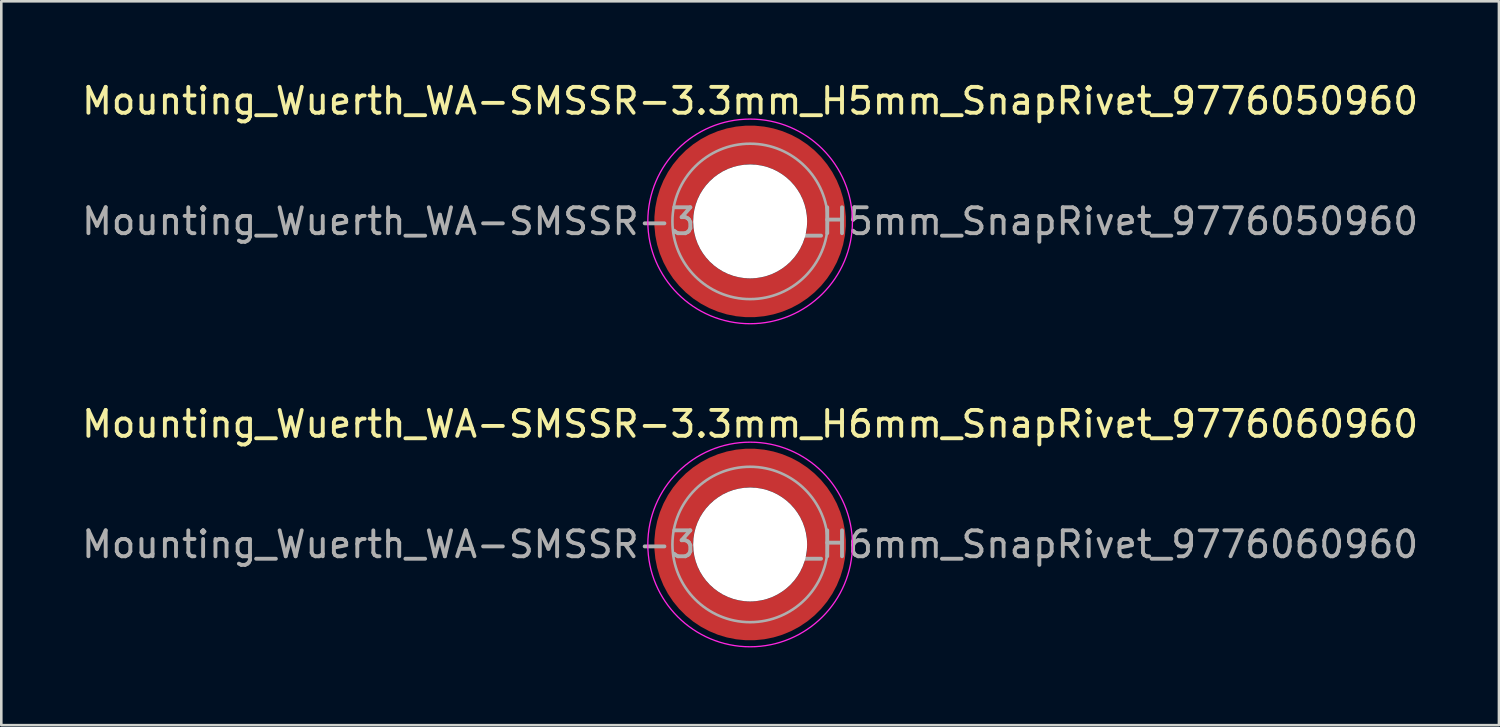
<source format=kicad_pcb>
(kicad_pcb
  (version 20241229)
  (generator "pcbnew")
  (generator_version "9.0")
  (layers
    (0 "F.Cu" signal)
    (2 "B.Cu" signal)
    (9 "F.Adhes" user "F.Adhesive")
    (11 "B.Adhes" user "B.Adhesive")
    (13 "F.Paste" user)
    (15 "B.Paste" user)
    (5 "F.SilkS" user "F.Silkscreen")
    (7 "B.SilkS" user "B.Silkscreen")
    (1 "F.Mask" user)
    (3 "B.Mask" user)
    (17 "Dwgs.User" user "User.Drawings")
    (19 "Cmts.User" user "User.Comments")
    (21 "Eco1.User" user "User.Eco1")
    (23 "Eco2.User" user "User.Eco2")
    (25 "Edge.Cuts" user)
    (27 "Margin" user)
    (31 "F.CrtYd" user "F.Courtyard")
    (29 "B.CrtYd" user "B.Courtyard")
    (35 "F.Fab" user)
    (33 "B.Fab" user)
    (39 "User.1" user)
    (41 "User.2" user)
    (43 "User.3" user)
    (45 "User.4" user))
  (footprint "Mounting_Wuerth_WA-SMSSR-3.3mm_H5mm_SnapRivet_9776050960"
    (layer "F.Cu")
    (at 25.911 5.498)
    (property "Reference" "Mounting_Wuerth_WA-SMSSR-3.3mm_H5mm_SnapRivet_9776050960" (at 0 -4.65 0) (layer "F.SilkS") (effects (font (size 1 1) (thickness 0.15))))
    (attr smd)
    (fp_circle (center 0 0) (end 3.95 0) (stroke (width 0.05) (type solid)) (fill no) (layer "F.CrtYd"))
    (fp_circle (center 0 0) (end 3 0) (stroke (width 0.1) (type solid)) (fill no) (layer "F.Fab"))
    (fp_text user "${REFERENCE}" (at 0 0 0) (layer "F.Fab") (effects (font (size 1 1) (thickness 0.15))))
    (pad "" smd custom (at -2.077 -2.077) (size 0.995 0.995) (layers "F.Paste") (options (anchor circle)) (primitives (gr_arc (start -0.208831 1.577126) (mid 0.422144 0.422848) (end 1.576154 -0.208618) (width 0.2)) (gr_arc (start -0.310669 1.577126) (mid 0.35138 0.352781) (end 1.575188 -0.310262) (width 0.2)) (gr_arc (start -0.412325 1.577126) (mid 0.280305 0.283024) (end 1.573357 -0.411565) (width 0.2)) (gr_arc (start -0.51382 1.577126) (mid 0.210358 0.212139) (end 1.574653 -0.513342) (width 0.2)) (gr_arc (start -0.615172 1.577126) (mid 0.139846 0.141818) (end 1.574384 -0.614661) (width 0.2)) (gr_arc (start -0.716397 1.577126) (mid 0.070334 0.070498) (end 1.576898 -0.716356) (width 0.2)) (gr_arc (start -0.817508 1.577126) (mid -0.001805 0.001806) (end 1.572094 -0.816634) (width 0.2)) (gr_arc (start -0.918517 1.577126) (mid -0.071322 -0.06951) (end 1.574599 -0.918094) (width 0.2)) (gr_arc (start -1.019433 1.577126) (mid -0.141902 -0.139762) (end 1.574138 -1.018949) (width 0.2)) (gr_arc (start -1.120266 1.577126) (mid -0.211736 -0.210761) (end 1.575763 -1.120053) (width 0.2)) (gr_arc (start -1.221022 1.577126) (mid -0.282882 -0.280446) (end 1.57372 -1.220504) (width 0.2)) (gr_arc (start -1.32171 1.577126) (mid -0.353407 -0.350753) (end 1.573414 -1.321162) (width 0.2)) (gr_arc (start -1.422335 1.577126) (mid -0.423311 -0.421682) (end 1.574846 -1.422009) (width 0.2)) (gr_line (start 1.577 -0.209) (end 1.577 -1.422) (width 0.2)) (gr_line (start -0.209 1.577) (end -1.422 1.577) (width 0.2))))
    (pad "" smd custom (at -2.077 2.077) (size 0.995 0.995) (layers "F.Paste") (options (anchor circle)) (primitives (gr_arc (start 1.577126 0.208831) (mid 0.422848 -0.422144) (end -0.208618 -1.576154) (width 0.2)) (gr_arc (start 1.577126 0.310669) (mid 0.352781 -0.35138) (end -0.310262 -1.575188) (width 0.2)) (gr_arc (start 1.577126 0.412325) (mid 0.283024 -0.280305) (end -0.411565 -1.573357) (width 0.2)) (gr_arc (start 1.577126 0.51382) (mid 0.212139 -0.210358) (end -0.513342 -1.574653) (width 0.2)) (gr_arc (start 1.577126 0.615172) (mid 0.141818 -0.139846) (end -0.614661 -1.574384) (width 0.2)) (gr_arc (start 1.577126 0.716397) (mid 0.070498 -0.070334) (end -0.716356 -1.576898) (width 0.2)) (gr_arc (start 1.577126 0.817508) (mid 0.001806 0.001805) (end -0.816634 -1.572094) (width 0.2)) (gr_arc (start 1.577126 0.918517) (mid -0.06951 0.071322) (end -0.918094 -1.574599) (width 0.2)) (gr_arc (start 1.577126 1.019433) (mid -0.139762 0.141902) (end -1.018949 -1.574138) (width 0.2)) (gr_arc (start 1.577126 1.120266) (mid -0.210761 0.211736) (end -1.120053 -1.575763) (width 0.2)) (gr_arc (start 1.577126 1.221022) (mid -0.280446 0.282882) (end -1.220504 -1.57372) (width 0.2)) (gr_arc (start 1.577126 1.32171) (mid -0.350753 0.353407) (end -1.321162 -1.573414) (width 0.2)) (gr_arc (start 1.577126 1.422335) (mid -0.421682 0.423311) (end -1.422009 -1.574846) (width 0.2)) (gr_line (start -0.209 -1.577) (end -1.422 -1.577) (width 0.2)) (gr_line (start 1.577 0.209) (end 1.577 1.422) (width 0.2))))
    (pad "" np_thru_hole circle (at 0 0) (size 4.4 4.4) (drill 4.4) (layers "*.Cu" "*.Mask"))
    (pad "" smd custom (at 2.077 -2.077) (size 0.995 0.995) (layers "F.Paste") (options (anchor circle)) (primitives (gr_arc (start -1.577126 -0.208831) (mid -0.422848 0.422144) (end 0.208618 1.576154) (width 0.2)) (gr_arc (start -1.577126 -0.310669) (mid -0.352781 0.35138) (end 0.310262 1.575188) (width 0.2)) (gr_arc (start -1.577126 -0.412325) (mid -0.283024 0.280305) (end 0.411565 1.573357) (width 0.2)) (gr_arc (start -1.577126 -0.51382) (mid -0.212139 0.210358) (end 0.513342 1.574653) (width 0.2)) (gr_arc (start -1.577126 -0.615172) (mid -0.141818 0.139846) (end 0.614661 1.574384) (width 0.2)) (gr_arc (start -1.577126 -0.716397) (mid -0.070498 0.070334) (end 0.716356 1.576898) (width 0.2)) (gr_arc (start -1.577126 -0.817508) (mid -0.001806 -0.001805) (end 0.816634 1.572094) (width 0.2)) (gr_arc (start -1.577126 -0.918517) (mid 0.06951 -0.071322) (end 0.918094 1.574599) (width 0.2)) (gr_arc (start -1.577126 -1.019433) (mid 0.139762 -0.141902) (end 1.018949 1.574138) (width 0.2)) (gr_arc (start -1.577126 -1.120266) (mid 0.210761 -0.211736) (end 1.120053 1.575763) (width 0.2)) (gr_arc (start -1.577126 -1.221022) (mid 0.280446 -0.282882) (end 1.220504 1.57372) (width 0.2)) (gr_arc (start -1.577126 -1.32171) (mid 0.350753 -0.353407) (end 1.321162 1.573414) (width 0.2)) (gr_arc (start -1.577126 -1.422335) (mid 0.421682 -0.423311) (end 1.422009 1.574846) (width 0.2)) (gr_line (start 0.209 1.577) (end 1.422 1.577) (width 0.2)) (gr_line (start -1.577 -0.209) (end -1.577 -1.422) (width 0.2))))
    (pad "" smd custom (at 2.077 2.077) (size 0.995 0.995) (layers "F.Paste") (options (anchor circle)) (primitives (gr_arc (start 0.208831 -1.577126) (mid -0.422144 -0.422848) (end -1.576154 0.208618) (width 0.2)) (gr_arc (start 0.310669 -1.577126) (mid -0.35138 -0.352781) (end -1.575188 0.310262) (width 0.2)) (gr_arc (start 0.412325 -1.577126) (mid -0.280305 -0.283024) (end -1.573357 0.411565) (width 0.2)) (gr_arc (start 0.51382 -1.577126) (mid -0.210358 -0.212139) (end -1.574653 0.513342) (width 0.2)) (gr_arc (start 0.615172 -1.577126) (mid -0.139846 -0.141818) (end -1.574384 0.614661) (width 0.2)) (gr_arc (start 0.716397 -1.577126) (mid -0.070334 -0.070498) (end -1.576898 0.716356) (width 0.2)) (gr_arc (start 0.817508 -1.577126) (mid 0.001805 -0.001806) (end -1.572094 0.816634) (width 0.2)) (gr_arc (start 0.918517 -1.577126) (mid 0.071322 0.06951) (end -1.574599 0.918094) (width 0.2)) (gr_arc (start 1.019433 -1.577126) (mid 0.141902 0.139762) (end -1.574138 1.018949) (width 0.2)) (gr_arc (start 1.120266 -1.577126) (mid 0.211736 0.210761) (end -1.575763 1.120053) (width 0.2)) (gr_arc (start 1.221022 -1.577126) (mid 0.282882 0.280446) (end -1.57372 1.220504) (width 0.2)) (gr_arc (start 1.32171 -1.577126) (mid 0.353407 0.350753) (end -1.573414 1.321162) (width 0.2)) (gr_arc (start 1.422335 -1.577126) (mid 0.423311 0.421682) (end -1.574846 1.422009) (width 0.2)) (gr_line (start -1.577 0.209) (end -1.577 1.422) (width 0.2)) (gr_line (start 0.209 -1.577) (end 1.422 -1.577) (width 0.2))))
    (pad "1" smd circle (at -2.95 0) (size 1.1 1.1) (layers "F.Cu"))
    (pad "1" smd circle (at 0 -2.95) (size 1.1 1.1) (layers "F.Cu"))
    (pad "1" smd circle (at 0 2.95) (size 1.1 1.1) (layers "F.Cu"))
    (pad "1" smd custom (at 2.95 0) (size 1.1 1.1) (layers "F.Cu" "F.Mask") (options (anchor circle)) (primitives (gr_circle (center -2.95 0) (end 0 0) (width 1.5) (fill no)))))
  (footprint "Mounting_Wuerth_WA-SMSSR-3.3mm_H6mm_SnapRivet_9776060960"
    (layer "F.Cu")
    (at 25.911 17.971)
    (property "Reference" "Mounting_Wuerth_WA-SMSSR-3.3mm_H6mm_SnapRivet_9776060960" (at 0 -4.65 0) (layer "F.SilkS") (effects (font (size 1 1) (thickness 0.15))))
    (attr smd)
    (fp_circle (center 0 0) (end 3.95 0) (stroke (width 0.05) (type solid)) (fill no) (layer "F.CrtYd"))
    (fp_circle (center 0 0) (end 3 0) (stroke (width 0.1) (type solid)) (fill no) (layer "F.Fab"))
    (fp_text user "${REFERENCE}" (at 0 0 0) (layer "F.Fab") (effects (font (size 1 1) (thickness 0.15))))
    (pad "" smd custom (at -2.077 -2.077) (size 0.995 0.995) (layers "F.Paste") (options (anchor circle)) (primitives (gr_arc (start -0.208831 1.577126) (mid 0.422144 0.422848) (end 1.576154 -0.208618) (width 0.2)) (gr_arc (start -0.310669 1.577126) (mid 0.35138 0.352781) (end 1.575188 -0.310262) (width 0.2)) (gr_arc (start -0.412325 1.577126) (mid 0.280305 0.283024) (end 1.573357 -0.411565) (width 0.2)) (gr_arc (start -0.51382 1.577126) (mid 0.210358 0.212139) (end 1.574653 -0.513342) (width 0.2)) (gr_arc (start -0.615172 1.577126) (mid 0.139846 0.141818) (end 1.574384 -0.614661) (width 0.2)) (gr_arc (start -0.716397 1.577126) (mid 0.070334 0.070498) (end 1.576898 -0.716356) (width 0.2)) (gr_arc (start -0.817508 1.577126) (mid -0.001805 0.001806) (end 1.572094 -0.816634) (width 0.2)) (gr_arc (start -0.918517 1.577126) (mid -0.071322 -0.06951) (end 1.574599 -0.918094) (width 0.2)) (gr_arc (start -1.019433 1.577126) (mid -0.141902 -0.139762) (end 1.574138 -1.018949) (width 0.2)) (gr_arc (start -1.120266 1.577126) (mid -0.211736 -0.210761) (end 1.575763 -1.120053) (width 0.2)) (gr_arc (start -1.221022 1.577126) (mid -0.282882 -0.280446) (end 1.57372 -1.220504) (width 0.2)) (gr_arc (start -1.32171 1.577126) (mid -0.353407 -0.350753) (end 1.573414 -1.321162) (width 0.2)) (gr_arc (start -1.422335 1.577126) (mid -0.423311 -0.421682) (end 1.574846 -1.422009) (width 0.2)) (gr_line (start 1.577 -0.209) (end 1.577 -1.422) (width 0.2)) (gr_line (start -0.209 1.577) (end -1.422 1.577) (width 0.2))))
    (pad "" smd custom (at -2.077 2.077) (size 0.995 0.995) (layers "F.Paste") (options (anchor circle)) (primitives (gr_arc (start 1.577126 0.208831) (mid 0.422848 -0.422144) (end -0.208618 -1.576154) (width 0.2)) (gr_arc (start 1.577126 0.310669) (mid 0.352781 -0.35138) (end -0.310262 -1.575188) (width 0.2)) (gr_arc (start 1.577126 0.412325) (mid 0.283024 -0.280305) (end -0.411565 -1.573357) (width 0.2)) (gr_arc (start 1.577126 0.51382) (mid 0.212139 -0.210358) (end -0.513342 -1.574653) (width 0.2)) (gr_arc (start 1.577126 0.615172) (mid 0.141818 -0.139846) (end -0.614661 -1.574384) (width 0.2)) (gr_arc (start 1.577126 0.716397) (mid 0.070498 -0.070334) (end -0.716356 -1.576898) (width 0.2)) (gr_arc (start 1.577126 0.817508) (mid 0.001806 0.001805) (end -0.816634 -1.572094) (width 0.2)) (gr_arc (start 1.577126 0.918517) (mid -0.06951 0.071322) (end -0.918094 -1.574599) (width 0.2)) (gr_arc (start 1.577126 1.019433) (mid -0.139762 0.141902) (end -1.018949 -1.574138) (width 0.2)) (gr_arc (start 1.577126 1.120266) (mid -0.210761 0.211736) (end -1.120053 -1.575763) (width 0.2)) (gr_arc (start 1.577126 1.221022) (mid -0.280446 0.282882) (end -1.220504 -1.57372) (width 0.2)) (gr_arc (start 1.577126 1.32171) (mid -0.350753 0.353407) (end -1.321162 -1.573414) (width 0.2)) (gr_arc (start 1.577126 1.422335) (mid -0.421682 0.423311) (end -1.422009 -1.574846) (width 0.2)) (gr_line (start -0.209 -1.577) (end -1.422 -1.577) (width 0.2)) (gr_line (start 1.577 0.209) (end 1.577 1.422) (width 0.2))))
    (pad "" np_thru_hole circle (at 0 0) (size 4.4 4.4) (drill 4.4) (layers "*.Cu" "*.Mask"))
    (pad "" smd custom (at 2.077 -2.077) (size 0.995 0.995) (layers "F.Paste") (options (anchor circle)) (primitives (gr_arc (start -1.577126 -0.208831) (mid -0.422848 0.422144) (end 0.208618 1.576154) (width 0.2)) (gr_arc (start -1.577126 -0.310669) (mid -0.352781 0.35138) (end 0.310262 1.575188) (width 0.2)) (gr_arc (start -1.577126 -0.412325) (mid -0.283024 0.280305) (end 0.411565 1.573357) (width 0.2)) (gr_arc (start -1.577126 -0.51382) (mid -0.212139 0.210358) (end 0.513342 1.574653) (width 0.2)) (gr_arc (start -1.577126 -0.615172) (mid -0.141818 0.139846) (end 0.614661 1.574384) (width 0.2)) (gr_arc (start -1.577126 -0.716397) (mid -0.070498 0.070334) (end 0.716356 1.576898) (width 0.2)) (gr_arc (start -1.577126 -0.817508) (mid -0.001806 -0.001805) (end 0.816634 1.572094) (width 0.2)) (gr_arc (start -1.577126 -0.918517) (mid 0.06951 -0.071322) (end 0.918094 1.574599) (width 0.2)) (gr_arc (start -1.577126 -1.019433) (mid 0.139762 -0.141902) (end 1.018949 1.574138) (width 0.2)) (gr_arc (start -1.577126 -1.120266) (mid 0.210761 -0.211736) (end 1.120053 1.575763) (width 0.2)) (gr_arc (start -1.577126 -1.221022) (mid 0.280446 -0.282882) (end 1.220504 1.57372) (width 0.2)) (gr_arc (start -1.577126 -1.32171) (mid 0.350753 -0.353407) (end 1.321162 1.573414) (width 0.2)) (gr_arc (start -1.577126 -1.422335) (mid 0.421682 -0.423311) (end 1.422009 1.574846) (width 0.2)) (gr_line (start 0.209 1.577) (end 1.422 1.577) (width 0.2)) (gr_line (start -1.577 -0.209) (end -1.577 -1.422) (width 0.2))))
    (pad "" smd custom (at 2.077 2.077) (size 0.995 0.995) (layers "F.Paste") (options (anchor circle)) (primitives (gr_arc (start 0.208831 -1.577126) (mid -0.422144 -0.422848) (end -1.576154 0.208618) (width 0.2)) (gr_arc (start 0.310669 -1.577126) (mid -0.35138 -0.352781) (end -1.575188 0.310262) (width 0.2)) (gr_arc (start 0.412325 -1.577126) (mid -0.280305 -0.283024) (end -1.573357 0.411565) (width 0.2)) (gr_arc (start 0.51382 -1.577126) (mid -0.210358 -0.212139) (end -1.574653 0.513342) (width 0.2)) (gr_arc (start 0.615172 -1.577126) (mid -0.139846 -0.141818) (end -1.574384 0.614661) (width 0.2)) (gr_arc (start 0.716397 -1.577126) (mid -0.070334 -0.070498) (end -1.576898 0.716356) (width 0.2)) (gr_arc (start 0.817508 -1.577126) (mid 0.001805 -0.001806) (end -1.572094 0.816634) (width 0.2)) (gr_arc (start 0.918517 -1.577126) (mid 0.071322 0.06951) (end -1.574599 0.918094) (width 0.2)) (gr_arc (start 1.019433 -1.577126) (mid 0.141902 0.139762) (end -1.574138 1.018949) (width 0.2)) (gr_arc (start 1.120266 -1.577126) (mid 0.211736 0.210761) (end -1.575763 1.120053) (width 0.2)) (gr_arc (start 1.221022 -1.577126) (mid 0.282882 0.280446) (end -1.57372 1.220504) (width 0.2)) (gr_arc (start 1.32171 -1.577126) (mid 0.353407 0.350753) (end -1.573414 1.321162) (width 0.2)) (gr_arc (start 1.422335 -1.577126) (mid 0.423311 0.421682) (end -1.574846 1.422009) (width 0.2)) (gr_line (start -1.577 0.209) (end -1.577 1.422) (width 0.2)) (gr_line (start 0.209 -1.577) (end 1.422 -1.577) (width 0.2))))
    (pad "1" smd circle (at -2.95 0) (size 1.1 1.1) (layers "F.Cu"))
    (pad "1" smd circle (at 0 -2.95) (size 1.1 1.1) (layers "F.Cu"))
    (pad "1" smd circle (at 0 2.95) (size 1.1 1.1) (layers "F.Cu"))
    (pad "1" smd custom (at 2.95 0) (size 1.1 1.1) (layers "F.Cu" "F.Mask") (options (anchor circle)) (primitives (gr_circle (center -2.95 0) (end 0 0) (width 1.5) (fill no)))))
  (gr_rect
    (start -3 -3)
    (end 54.821 24.947)
    (stroke (width 0.1) (type default))
    (fill no)
    (layer "Edge.Cuts")))
</source>
